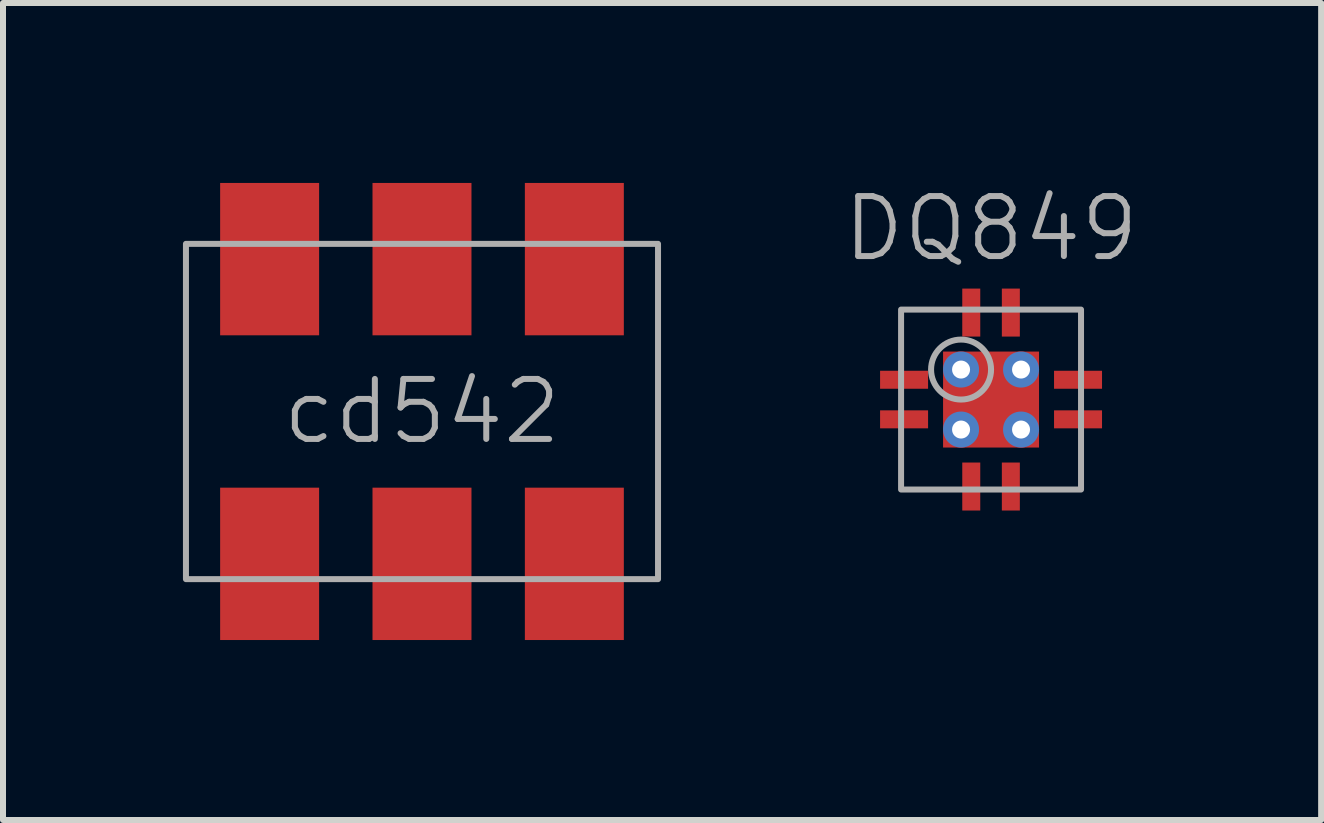
<source format=kicad_pcb>
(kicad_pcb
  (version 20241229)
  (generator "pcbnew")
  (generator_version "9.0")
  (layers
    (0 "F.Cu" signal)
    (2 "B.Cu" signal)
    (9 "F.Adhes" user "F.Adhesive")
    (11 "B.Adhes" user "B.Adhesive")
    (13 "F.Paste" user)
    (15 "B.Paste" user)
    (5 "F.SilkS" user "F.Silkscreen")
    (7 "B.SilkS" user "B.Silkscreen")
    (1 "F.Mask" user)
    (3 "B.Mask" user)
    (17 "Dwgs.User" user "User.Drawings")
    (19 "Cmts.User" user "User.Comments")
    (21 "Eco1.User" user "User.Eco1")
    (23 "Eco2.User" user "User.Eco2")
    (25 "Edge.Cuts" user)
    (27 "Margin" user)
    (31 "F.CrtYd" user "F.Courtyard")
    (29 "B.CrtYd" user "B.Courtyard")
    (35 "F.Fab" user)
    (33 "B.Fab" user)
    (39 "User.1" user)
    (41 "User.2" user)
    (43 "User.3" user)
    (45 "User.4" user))
  (footprint "DQ849"
    (layer "F.Cu")
    (at 13.472 3.611)
    (property "Reference" "DQ849" (at 0 -2.85 0) (unlocked yes) (layer "F.Fab") (effects (font (size 1 1) (thickness 0.1))))
    (attr smd)
    (fp_rect (start -1.5 1.5) (end 1.5 -1.5) (stroke (width 0.1) (type default)) (fill no) (layer "F.Fab"))
    (fp_circle (center -0.5 -0.5) (end 0 -0.5) (stroke (width 0.1) (type default)) (fill no) (layer "F.Fab"))
    (pad "1" smd rect (at -1.45 -0.33) (size 0.8 0.3) (layers "F.Cu" "F.Mask" "F.Paste"))
    (pad "2" smd rect (at -1.45 0.33) (size 0.8 0.3) (layers "F.Cu" "F.Mask" "F.Paste"))
    (pad "3" smd rect (at -0.33 1.45 90) (size 0.8 0.3) (layers "F.Cu" "F.Mask" "F.Paste"))
    (pad "4" smd rect (at 0.33 1.45 90) (size 0.8 0.3) (layers "F.Cu" "F.Mask" "F.Paste"))
    (pad "5" smd rect (at 1.45 0.33 180) (size 0.8 0.3) (layers "F.Cu" "F.Mask" "F.Paste"))
    (pad "6" smd rect (at 1.45 -0.33 180) (size 0.8 0.3) (layers "F.Cu" "F.Mask" "F.Paste"))
    (pad "7" smd rect (at 0.33 -1.45 270) (size 0.8 0.3) (layers "F.Cu" "F.Mask" "F.Paste"))
    (pad "8" smd rect (at -0.33 -1.45 270) (size 0.8 0.3) (layers "F.Cu" "F.Mask" "F.Paste"))
    (pad "9" thru_hole circle (at -0.5 -0.5) (size 0.6 0.6) (drill 0.3) (layers "*.Cu"))
    (pad "9" thru_hole circle (at -0.5 0.5) (size 0.6 0.6) (drill 0.3) (layers "*.Cu"))
    (pad "9" smd rect (at 0 0 270) (size 1.6 1.6) (layers "F.Cu" "F.Mask" "F.Paste"))
    (pad "9" thru_hole circle (at 0.5 -0.5) (size 0.6 0.6) (drill 0.3) (layers "*.Cu"))
    (pad "9" thru_hole circle (at 0.5 0.5) (size 0.6 0.6) (drill 0.3) (layers "*.Cu")))
  (footprint "cd542"
    (layer "F.Cu")
    (at 3.985 3.81)
    (property "Reference" "cd542" (at 0 0 0) (unlocked yes) (layer "F.Fab") (effects (font (size 1 1) (thickness 0.1))))
    (attr smd)
    (fp_rect (start -3.935 2.795) (end 3.935 -2.795) (stroke (width 0.1) (type default)) (fill no) (layer "F.Fab"))
    (pad "1" smd rect (at -2.54 2.54) (size 1.65 2.54) (layers "F.Cu" "F.Mask" "F.Paste"))
    (pad "2" smd rect (at 0 2.54) (size 1.65 2.54) (layers "F.Cu" "F.Mask" "F.Paste"))
    (pad "3" smd rect (at 2.54 2.54) (size 1.65 2.54) (layers "F.Cu" "F.Mask" "F.Paste"))
    (pad "4" smd rect (at 2.54 -2.54) (size 1.65 2.54) (layers "F.Cu" "F.Mask" "F.Paste"))
    (pad "5" smd rect (at 0 -2.54) (size 1.65 2.54) (layers "F.Cu" "F.Mask" "F.Paste"))
    (pad "6" smd rect (at -2.54 -2.54) (size 1.65 2.54) (layers "F.Cu" "F.Mask" "F.Paste")))
  (gr_rect
    (start -3 -3)
    (end 18.975 10.62)
    (stroke (width 0.1) (type default))
    (fill no)
    (layer "Edge.Cuts")))
</source>
